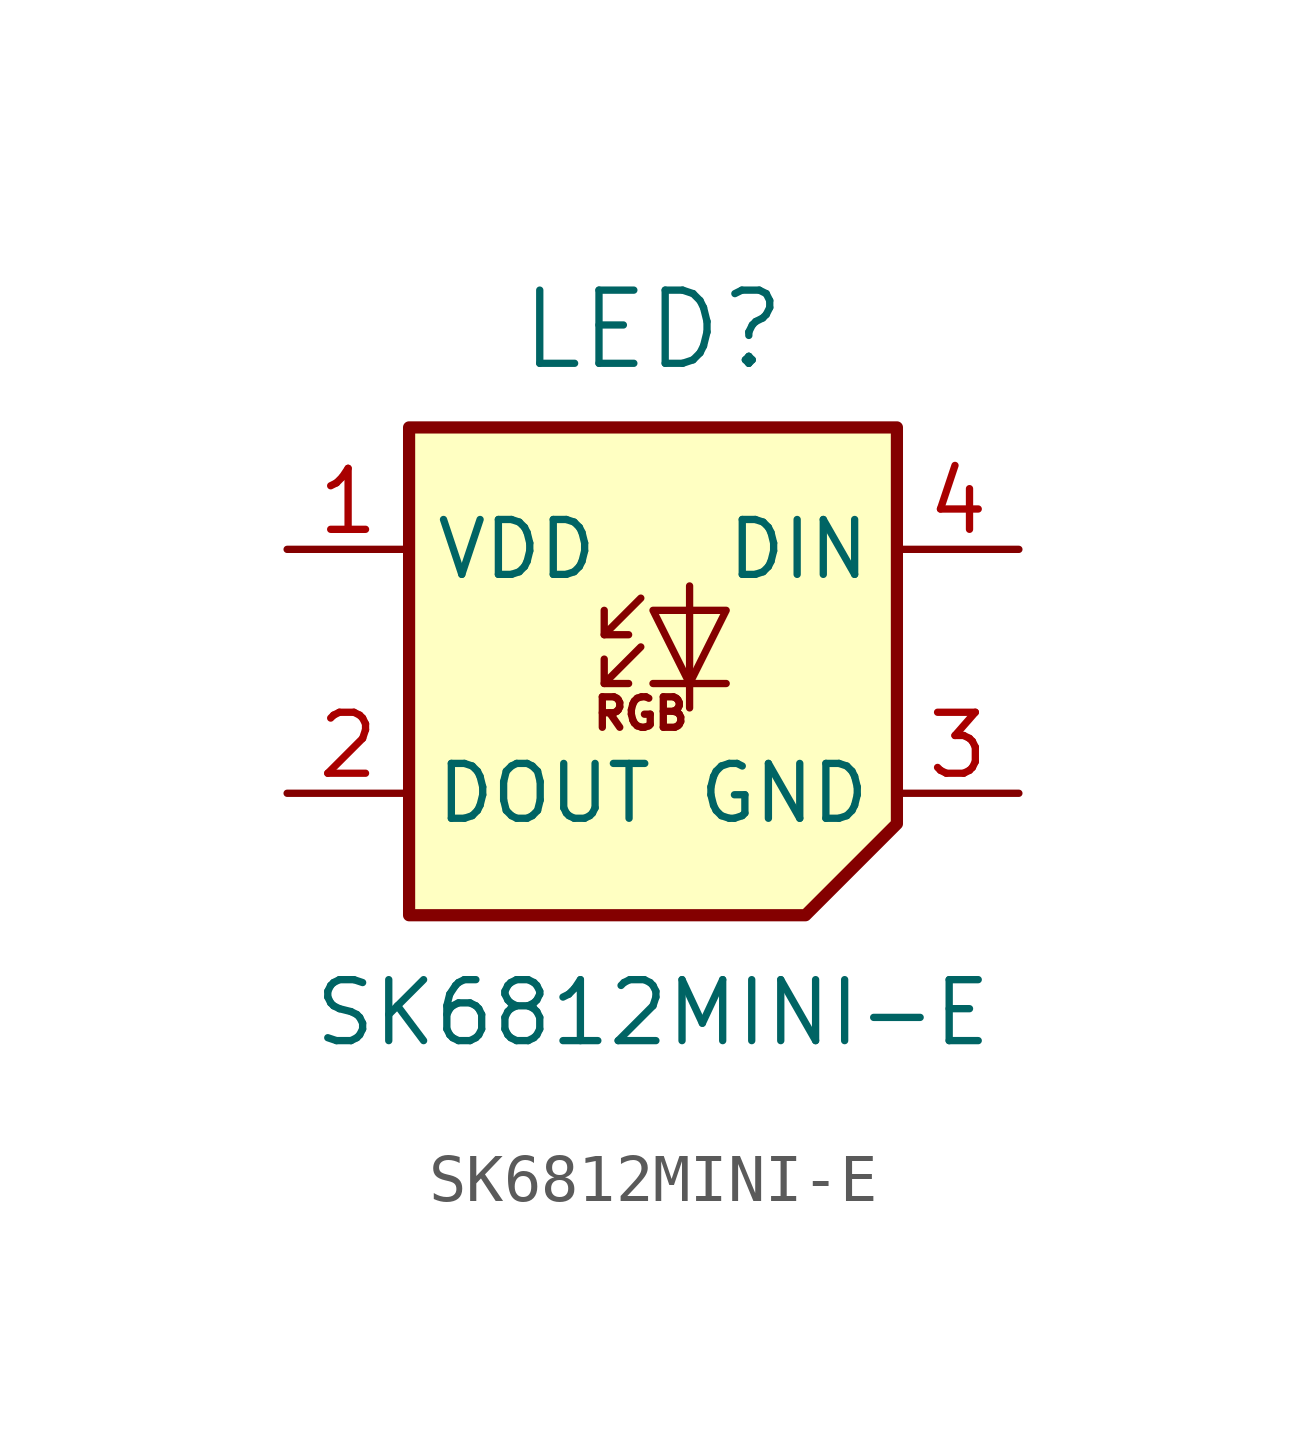
<source format=kicad_sym>
(kicad_symbol_lib
  (version 20241209)
  (generator "kicad_symbol_editor")
  (generator_version "9.0")
  (symbol "SK6812MINI-E"
    (property "Reference" "LED"
      (at 0 7.112 0)
      (effects (font (size 1.524 1.524))))
    (property "Value" "SK6812MINI-E"
      (at 0 -7.112 0)
      (effects (font (size 1.27 1.27))))
    (symbol "SK6812MINI-E_0_0"
      (text "RGB" (at -0.254 -0.508 0) (effects (font (size 0.635 0.635)) (justify top))))
    (symbol "SK6812MINI-E_0_1"
      (polyline (pts (xy -5.08 5.08) (xy 5.08 5.08) (xy 5.08 -3.175) (xy 3.175 -5.08) (xy -5.08 -5.08) (xy -5.08 5.08)) (stroke (width 0.254) (type default)) (fill (type background)))
      (polyline (pts (xy -1.016 0.762) (xy -0.508 0.762)) (stroke (width 0) (type default)) (fill (type none)))
      (polyline (pts (xy -1.016 -0.254) (xy -0.508 -0.254)) (stroke (width 0) (type default)) (fill (type none)))
      (polyline (pts (xy -0.254 1.524) (xy -1.016 0.762) (xy -1.016 1.27)) (stroke (width 0) (type default)) (fill (type none)))
      (polyline (pts (xy -0.254 0.508) (xy -1.016 -0.254) (xy -1.016 0.254)) (stroke (width 0) (type default)) (fill (type none)))
      (polyline (pts (xy 0.762 1.778) (xy 0.762 -0.762)) (stroke (width 0) (type default)) (fill (type none)))
      (polyline (pts (xy 1.524 1.27) (xy 0 1.27) (xy 0.762 -0.254) (xy 1.524 1.27)) (stroke (width 0) (type default)) (fill (type none)))
      (polyline (pts (xy 1.524 -0.254) (xy 0 -0.254)) (stroke (width 0) (type default)) (fill (type none))))
    (symbol "SK6812MINI-E_1_1"
      (pin power_in line (at -7.62 2.54 0) (length 2.54) (name "VDD" (effects (font (size 1.143 1.143)))) (number "1" (effects (font (size 1.27 1.27)))))
      (pin output line (at -7.62 -2.54 0) (length 2.54) (name "DOUT" (effects (font (size 1.143 1.143)))) (number "2" (effects (font (size 1.27 1.27)))))
      (pin input line (at 7.62 2.54 180) (length 2.54) (name "DIN" (effects (font (size 1.143 1.143)))) (number "4" (effects (font (size 1.27 1.27)))))
      (pin power_in line (at 7.62 -2.54 180) (length 2.54) (name "GND" (effects (font (size 1.143 1.143)))) (number "3" (effects (font (size 1.27 1.27))))))))
</source>
